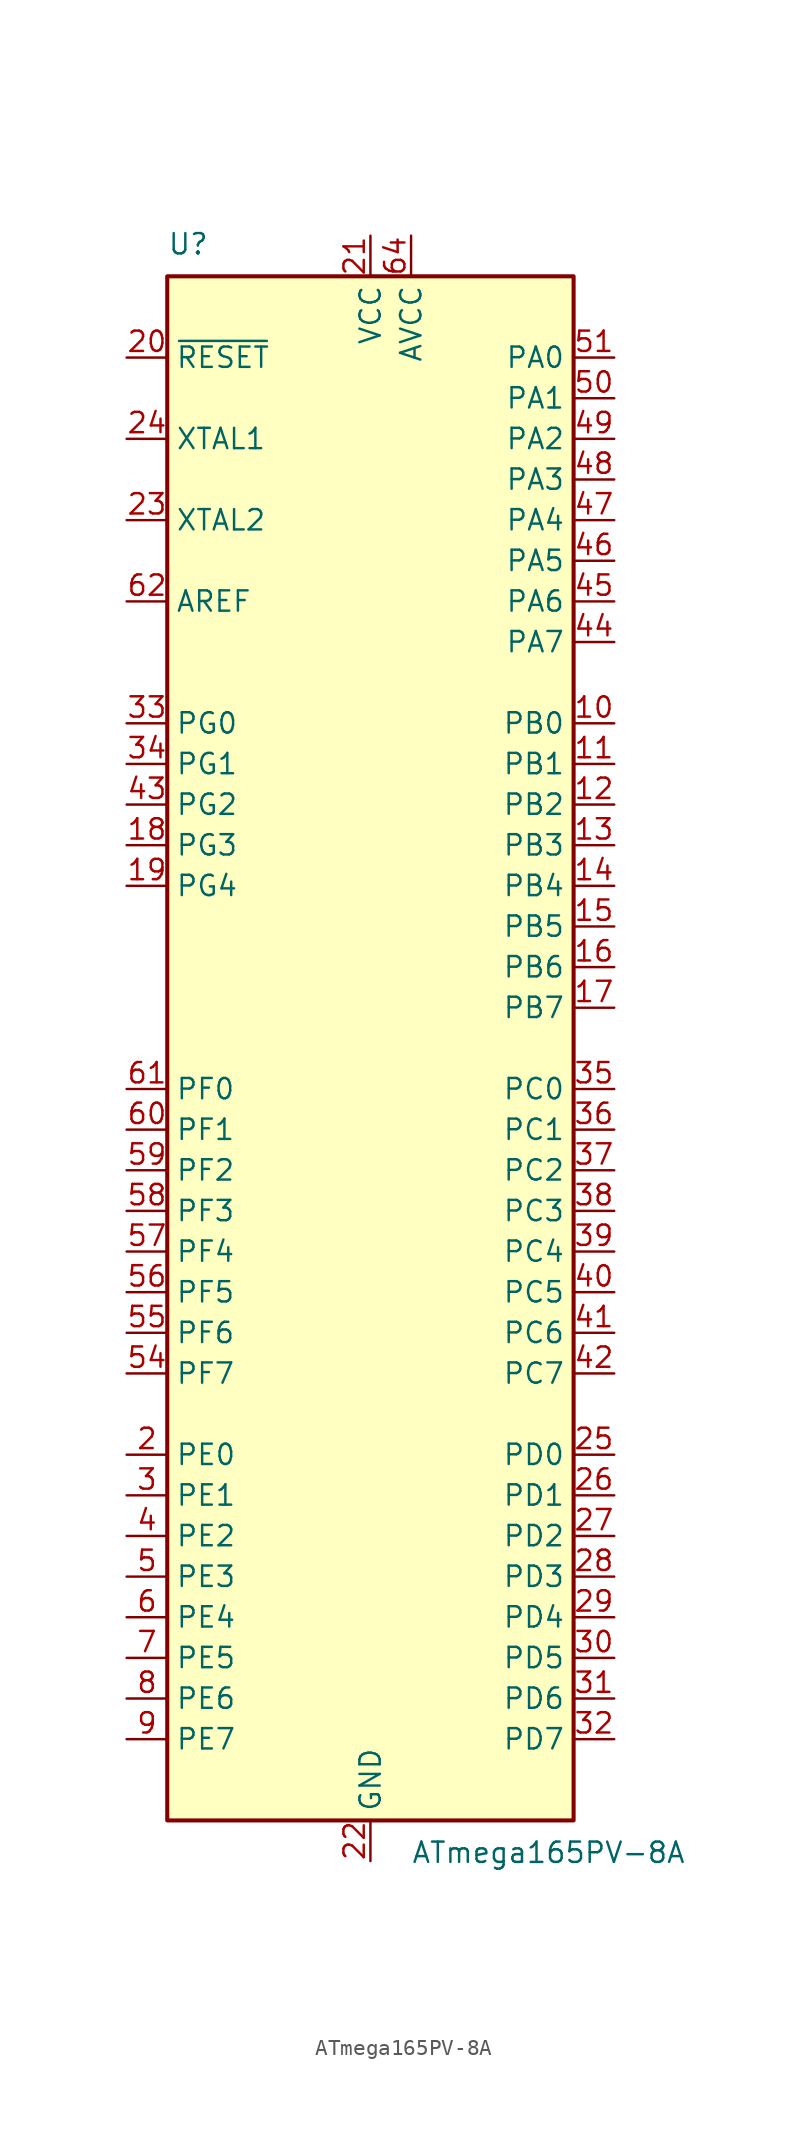
<source format=kicad_sym>
(kicad_symbol_lib
  (version 20201005)
  (generator kicad_symbol_editor)
  (symbol "MCU_Microchip_ATmega:ATmega165PV-8A"
    (property "Reference" "U"
      (at -12.7 49.53 0)
      (effects (font (size 1.27 1.27)) (justify left bottom)))
    (property "Value" "ATmega165PV-8A"
      (at 2.54 -49.53 0)
      (effects (font (size 1.27 1.27)) (justify left top)))
    (symbol "ATmega165PV-8A_0_1"
      (rectangle (start -12.7 -48.26) (end 12.7 48.26) (stroke (width 0.254)) (fill (type background))))
    (symbol "ATmega165PV-8A_1_1"
      (pin no_connect line (at -12.7 -45.72 0) (length 2.54) hide (name "NC" (effects (font (size 1.27 1.27)))) (number "1" (effects (font (size 1.27 1.27)))))
      (pin bidirectional line (at 15.24 20.32 180) (length 2.54) (name "PB0" (effects (font (size 1.27 1.27)))) (number "10" (effects (font (size 1.27 1.27)))))
      (pin bidirectional line (at 15.24 17.78 180) (length 2.54) (name "PB1" (effects (font (size 1.27 1.27)))) (number "11" (effects (font (size 1.27 1.27)))))
      (pin bidirectional line (at 15.24 15.24 180) (length 2.54) (name "PB2" (effects (font (size 1.27 1.27)))) (number "12" (effects (font (size 1.27 1.27)))))
      (pin bidirectional line (at 15.24 12.7 180) (length 2.54) (name "PB3" (effects (font (size 1.27 1.27)))) (number "13" (effects (font (size 1.27 1.27)))))
      (pin bidirectional line (at 15.24 10.16 180) (length 2.54) (name "PB4" (effects (font (size 1.27 1.27)))) (number "14" (effects (font (size 1.27 1.27)))))
      (pin bidirectional line (at 15.24 7.62 180) (length 2.54) (name "PB5" (effects (font (size 1.27 1.27)))) (number "15" (effects (font (size 1.27 1.27)))))
      (pin bidirectional line (at 15.24 5.08 180) (length 2.54) (name "PB6" (effects (font (size 1.27 1.27)))) (number "16" (effects (font (size 1.27 1.27)))))
      (pin bidirectional line (at 15.24 2.54 180) (length 2.54) (name "PB7" (effects (font (size 1.27 1.27)))) (number "17" (effects (font (size 1.27 1.27)))))
      (pin bidirectional line (at -15.24 12.7 0) (length 2.54) (name "PG3" (effects (font (size 1.27 1.27)))) (number "18" (effects (font (size 1.27 1.27)))))
      (pin bidirectional line (at -15.24 10.16 0) (length 2.54) (name "PG4" (effects (font (size 1.27 1.27)))) (number "19" (effects (font (size 1.27 1.27)))))
      (pin bidirectional line (at -15.24 -25.4 0) (length 2.54) (name "PE0" (effects (font (size 1.27 1.27)))) (number "2" (effects (font (size 1.27 1.27)))))
      (pin input line (at -15.24 43.18 0) (length 2.54) (name "~RESET" (effects (font (size 1.27 1.27)))) (number "20" (effects (font (size 1.27 1.27)))))
      (pin power_in line (at 0 50.8 270) (length 2.54) (name "VCC" (effects (font (size 1.27 1.27)))) (number "21" (effects (font (size 1.27 1.27)))))
      (pin power_in line (at 0 -50.8 90) (length 2.54) (name "GND" (effects (font (size 1.27 1.27)))) (number "22" (effects (font (size 1.27 1.27)))))
      (pin output line (at -15.24 33.02 0) (length 2.54) (name "XTAL2" (effects (font (size 1.27 1.27)))) (number "23" (effects (font (size 1.27 1.27)))))
      (pin input line (at -15.24 38.1 0) (length 2.54) (name "XTAL1" (effects (font (size 1.27 1.27)))) (number "24" (effects (font (size 1.27 1.27)))))
      (pin bidirectional line (at 15.24 -25.4 180) (length 2.54) (name "PD0" (effects (font (size 1.27 1.27)))) (number "25" (effects (font (size 1.27 1.27)))))
      (pin bidirectional line (at 15.24 -27.94 180) (length 2.54) (name "PD1" (effects (font (size 1.27 1.27)))) (number "26" (effects (font (size 1.27 1.27)))))
      (pin bidirectional line (at 15.24 -30.48 180) (length 2.54) (name "PD2" (effects (font (size 1.27 1.27)))) (number "27" (effects (font (size 1.27 1.27)))))
      (pin bidirectional line (at 15.24 -33.02 180) (length 2.54) (name "PD3" (effects (font (size 1.27 1.27)))) (number "28" (effects (font (size 1.27 1.27)))))
      (pin bidirectional line (at 15.24 -35.56 180) (length 2.54) (name "PD4" (effects (font (size 1.27 1.27)))) (number "29" (effects (font (size 1.27 1.27)))))
      (pin bidirectional line (at -15.24 -27.94 0) (length 2.54) (name "PE1" (effects (font (size 1.27 1.27)))) (number "3" (effects (font (size 1.27 1.27)))))
      (pin bidirectional line (at 15.24 -38.1 180) (length 2.54) (name "PD5" (effects (font (size 1.27 1.27)))) (number "30" (effects (font (size 1.27 1.27)))))
      (pin bidirectional line (at 15.24 -40.64 180) (length 2.54) (name "PD6" (effects (font (size 1.27 1.27)))) (number "31" (effects (font (size 1.27 1.27)))))
      (pin bidirectional line (at 15.24 -43.18 180) (length 2.54) (name "PD7" (effects (font (size 1.27 1.27)))) (number "32" (effects (font (size 1.27 1.27)))))
      (pin bidirectional line (at -15.24 20.32 0) (length 2.54) (name "PG0" (effects (font (size 1.27 1.27)))) (number "33" (effects (font (size 1.27 1.27)))))
      (pin bidirectional line (at -15.24 17.78 0) (length 2.54) (name "PG1" (effects (font (size 1.27 1.27)))) (number "34" (effects (font (size 1.27 1.27)))))
      (pin bidirectional line (at 15.24 -2.54 180) (length 2.54) (name "PC0" (effects (font (size 1.27 1.27)))) (number "35" (effects (font (size 1.27 1.27)))))
      (pin bidirectional line (at 15.24 -5.08 180) (length 2.54) (name "PC1" (effects (font (size 1.27 1.27)))) (number "36" (effects (font (size 1.27 1.27)))))
      (pin bidirectional line (at 15.24 -7.62 180) (length 2.54) (name "PC2" (effects (font (size 1.27 1.27)))) (number "37" (effects (font (size 1.27 1.27)))))
      (pin bidirectional line (at 15.24 -10.16 180) (length 2.54) (name "PC3" (effects (font (size 1.27 1.27)))) (number "38" (effects (font (size 1.27 1.27)))))
      (pin bidirectional line (at 15.24 -12.7 180) (length 2.54) (name "PC4" (effects (font (size 1.27 1.27)))) (number "39" (effects (font (size 1.27 1.27)))))
      (pin bidirectional line (at -15.24 -30.48 0) (length 2.54) (name "PE2" (effects (font (size 1.27 1.27)))) (number "4" (effects (font (size 1.27 1.27)))))
      (pin bidirectional line (at 15.24 -15.24 180) (length 2.54) (name "PC5" (effects (font (size 1.27 1.27)))) (number "40" (effects (font (size 1.27 1.27)))))
      (pin bidirectional line (at 15.24 -17.78 180) (length 2.54) (name "PC6" (effects (font (size 1.27 1.27)))) (number "41" (effects (font (size 1.27 1.27)))))
      (pin bidirectional line (at 15.24 -20.32 180) (length 2.54) (name "PC7" (effects (font (size 1.27 1.27)))) (number "42" (effects (font (size 1.27 1.27)))))
      (pin bidirectional line (at -15.24 15.24 0) (length 2.54) (name "PG2" (effects (font (size 1.27 1.27)))) (number "43" (effects (font (size 1.27 1.27)))))
      (pin bidirectional line (at 15.24 25.4 180) (length 2.54) (name "PA7" (effects (font (size 1.27 1.27)))) (number "44" (effects (font (size 1.27 1.27)))))
      (pin bidirectional line (at 15.24 27.94 180) (length 2.54) (name "PA6" (effects (font (size 1.27 1.27)))) (number "45" (effects (font (size 1.27 1.27)))))
      (pin bidirectional line (at 15.24 30.48 180) (length 2.54) (name "PA5" (effects (font (size 1.27 1.27)))) (number "46" (effects (font (size 1.27 1.27)))))
      (pin bidirectional line (at 15.24 33.02 180) (length 2.54) (name "PA4" (effects (font (size 1.27 1.27)))) (number "47" (effects (font (size 1.27 1.27)))))
      (pin bidirectional line (at 15.24 35.56 180) (length 2.54) (name "PA3" (effects (font (size 1.27 1.27)))) (number "48" (effects (font (size 1.27 1.27)))))
      (pin bidirectional line (at 15.24 38.1 180) (length 2.54) (name "PA2" (effects (font (size 1.27 1.27)))) (number "49" (effects (font (size 1.27 1.27)))))
      (pin bidirectional line (at -15.24 -33.02 0) (length 2.54) (name "PE3" (effects (font (size 1.27 1.27)))) (number "5" (effects (font (size 1.27 1.27)))))
      (pin bidirectional line (at 15.24 40.64 180) (length 2.54) (name "PA1" (effects (font (size 1.27 1.27)))) (number "50" (effects (font (size 1.27 1.27)))))
      (pin bidirectional line (at 15.24 43.18 180) (length 2.54) (name "PA0" (effects (font (size 1.27 1.27)))) (number "51" (effects (font (size 1.27 1.27)))))
      (pin passive line (at 0 50.8 270) (length 2.54) hide (name "VCC" (effects (font (size 1.27 1.27)))) (number "52" (effects (font (size 1.27 1.27)))))
      (pin passive line (at 0 -50.8 90) (length 2.54) hide (name "GND" (effects (font (size 1.27 1.27)))) (number "53" (effects (font (size 1.27 1.27)))))
      (pin bidirectional line (at -15.24 -20.32 0) (length 2.54) (name "PF7" (effects (font (size 1.27 1.27)))) (number "54" (effects (font (size 1.27 1.27)))))
      (pin bidirectional line (at -15.24 -17.78 0) (length 2.54) (name "PF6" (effects (font (size 1.27 1.27)))) (number "55" (effects (font (size 1.27 1.27)))))
      (pin bidirectional line (at -15.24 -15.24 0) (length 2.54) (name "PF5" (effects (font (size 1.27 1.27)))) (number "56" (effects (font (size 1.27 1.27)))))
      (pin bidirectional line (at -15.24 -12.7 0) (length 2.54) (name "PF4" (effects (font (size 1.27 1.27)))) (number "57" (effects (font (size 1.27 1.27)))))
      (pin bidirectional line (at -15.24 -10.16 0) (length 2.54) (name "PF3" (effects (font (size 1.27 1.27)))) (number "58" (effects (font (size 1.27 1.27)))))
      (pin bidirectional line (at -15.24 -7.62 0) (length 2.54) (name "PF2" (effects (font (size 1.27 1.27)))) (number "59" (effects (font (size 1.27 1.27)))))
      (pin bidirectional line (at -15.24 -35.56 0) (length 2.54) (name "PE4" (effects (font (size 1.27 1.27)))) (number "6" (effects (font (size 1.27 1.27)))))
      (pin bidirectional line (at -15.24 -5.08 0) (length 2.54) (name "PF1" (effects (font (size 1.27 1.27)))) (number "60" (effects (font (size 1.27 1.27)))))
      (pin bidirectional line (at -15.24 -2.54 0) (length 2.54) (name "PF0" (effects (font (size 1.27 1.27)))) (number "61" (effects (font (size 1.27 1.27)))))
      (pin passive line (at -15.24 27.94 0) (length 2.54) (name "AREF" (effects (font (size 1.27 1.27)))) (number "62" (effects (font (size 1.27 1.27)))))
      (pin passive line (at 0 -50.8 90) (length 2.54) hide (name "GND" (effects (font (size 1.27 1.27)))) (number "63" (effects (font (size 1.27 1.27)))))
      (pin power_in line (at 2.54 50.8 270) (length 2.54) (name "AVCC" (effects (font (size 1.27 1.27)))) (number "64" (effects (font (size 1.27 1.27)))))
      (pin bidirectional line (at -15.24 -38.1 0) (length 2.54) (name "PE5" (effects (font (size 1.27 1.27)))) (number "7" (effects (font (size 1.27 1.27)))))
      (pin bidirectional line (at -15.24 -40.64 0) (length 2.54) (name "PE6" (effects (font (size 1.27 1.27)))) (number "8" (effects (font (size 1.27 1.27)))))
      (pin bidirectional line (at -15.24 -43.18 0) (length 2.54) (name "PE7" (effects (font (size 1.27 1.27)))) (number "9" (effects (font (size 1.27 1.27))))))))
</source>
